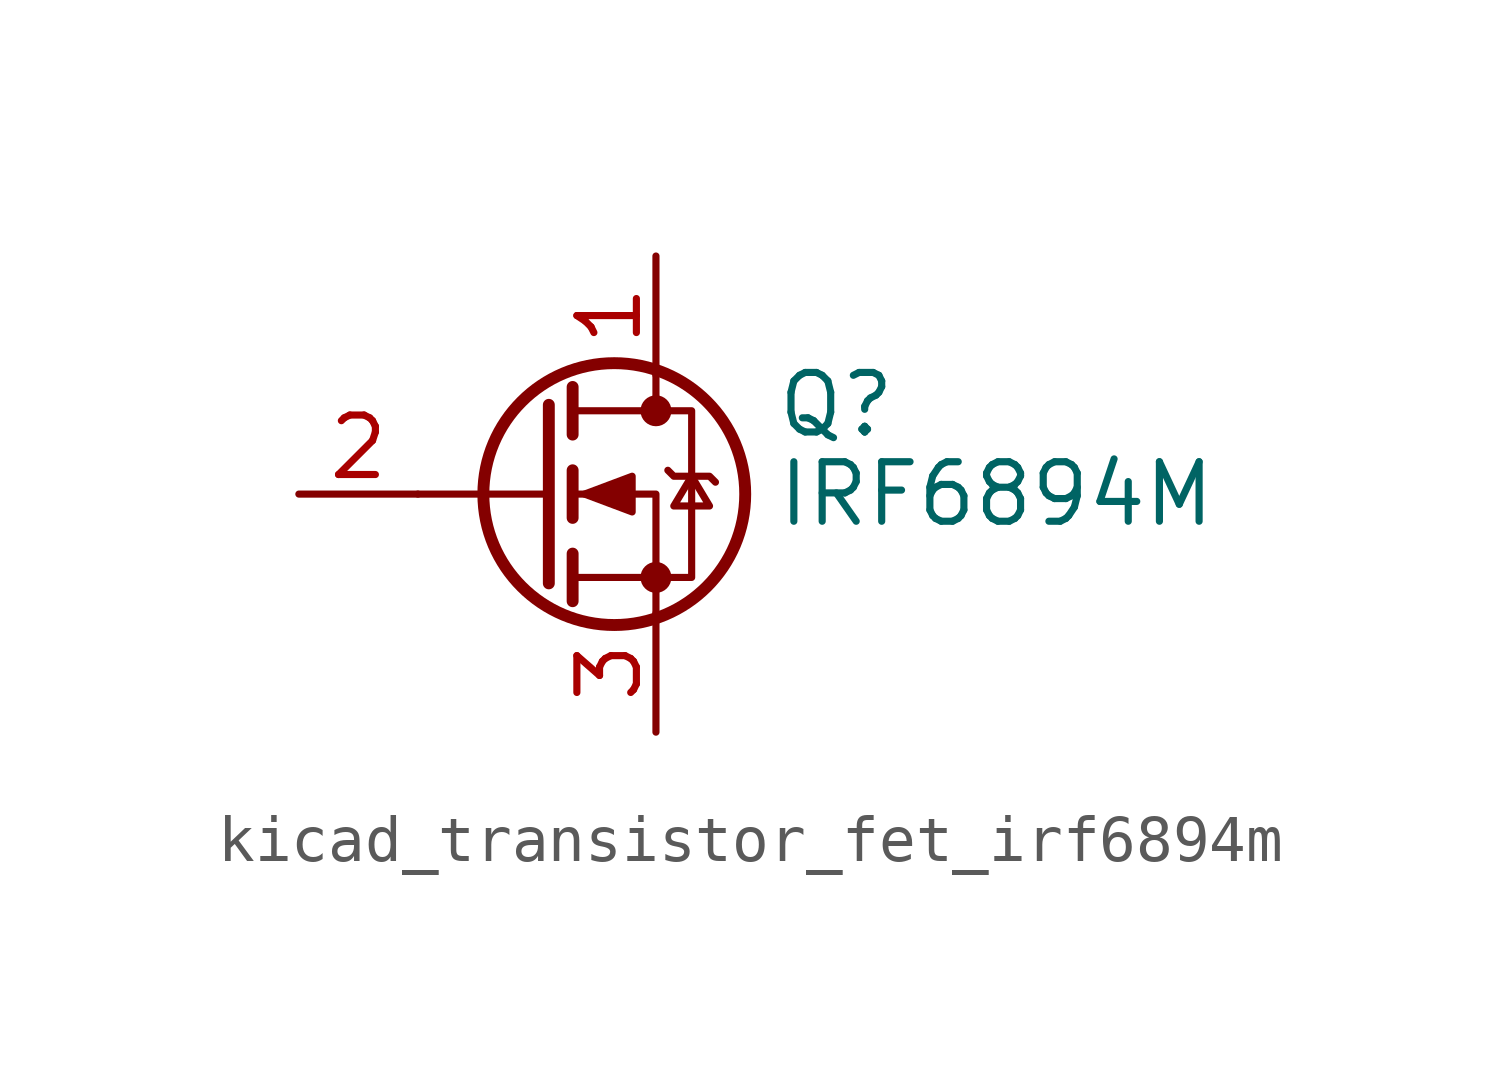
<source format=kicad_sym>
(kicad_symbol_lib
  (version 20220914)
  (generator kicad_symbol_editor)
  (symbol "kicad_transistor_fet_irf6894m"
    (pin_names hide)
    (property "Reference" "Q"
      (at 5.08 1.905 0)
      (effects (font (size 1.27 1.27)) (justify left)))
    (property "Value" "IRF6894M"
      (at 5.08 0 0)
      (effects (font (size 1.27 1.27)) (justify left)))
    (symbol "kicad_transistor_fet_irf6894m_0_1"
      (polyline (pts (xy 0.254 0) (xy -2.54 0)) (stroke (width 0) (type default)) (fill (type none)))
      (polyline (pts (xy 0.254 1.905) (xy 0.254 -1.905)) (stroke (width 0.254) (type default)) (fill (type none)))
      (polyline (pts (xy 0.762 -1.27) (xy 0.762 -2.286)) (stroke (width 0.254) (type default)) (fill (type none)))
      (polyline (pts (xy 0.762 0.508) (xy 0.762 -0.508)) (stroke (width 0.254) (type default)) (fill (type none)))
      (polyline (pts (xy 0.762 2.286) (xy 0.762 1.27)) (stroke (width 0.254) (type default)) (fill (type none)))
      (polyline (pts (xy 2.54 2.54) (xy 2.54 1.778)) (stroke (width 0) (type default)) (fill (type none)))
      (polyline (pts (xy 2.54 -2.54) (xy 2.54 0) (xy 0.762 0)) (stroke (width 0) (type default)) (fill (type none)))
      (polyline (pts (xy 0.762 -1.778) (xy 3.302 -1.778) (xy 3.302 1.778) (xy 0.762 1.778)) (stroke (width 0) (type default)) (fill (type none)))
      (polyline (pts (xy 1.016 0) (xy 2.032 0.381) (xy 2.032 -0.381) (xy 1.016 0)) (stroke (width 0) (type default)) (fill (type outline)))
      (polyline (pts (xy 2.794 0.508) (xy 2.921 0.381) (xy 3.683 0.381) (xy 3.81 0.254)) (stroke (width 0) (type default)) (fill (type none)))
      (polyline (pts (xy 3.302 0.381) (xy 2.921 -0.254) (xy 3.683 -0.254) (xy 3.302 0.381)) (stroke (width 0) (type default)) (fill (type none)))
      (circle (center 1.651 0) (radius 2.794) (stroke (width 0.254) (type default)) (fill (type none)))
      (circle (center 2.54 -1.778) (radius 0.254) (stroke (width 0) (type default)) (fill (type outline)))
      (circle (center 2.54 1.778) (radius 0.254) (stroke (width 0) (type default)) (fill (type outline))))
    (symbol "kicad_transistor_fet_irf6894m_1_1"
      (pin passive line (at 2.54 5.08 270) (length 2.54) (name "D" (effects (font (size 1.27 1.27)))) (number "1" (effects (font (size 1.27 1.27)))))
      (pin input line (at -5.08 0 0) (length 2.54) (name "G" (effects (font (size 1.27 1.27)))) (number "2" (effects (font (size 1.27 1.27)))))
      (pin passive line (at 2.54 -5.08 90) (length 2.54) (name "S" (effects (font (size 1.27 1.27)))) (number "3" (effects (font (size 1.27 1.27))))))))
</source>
